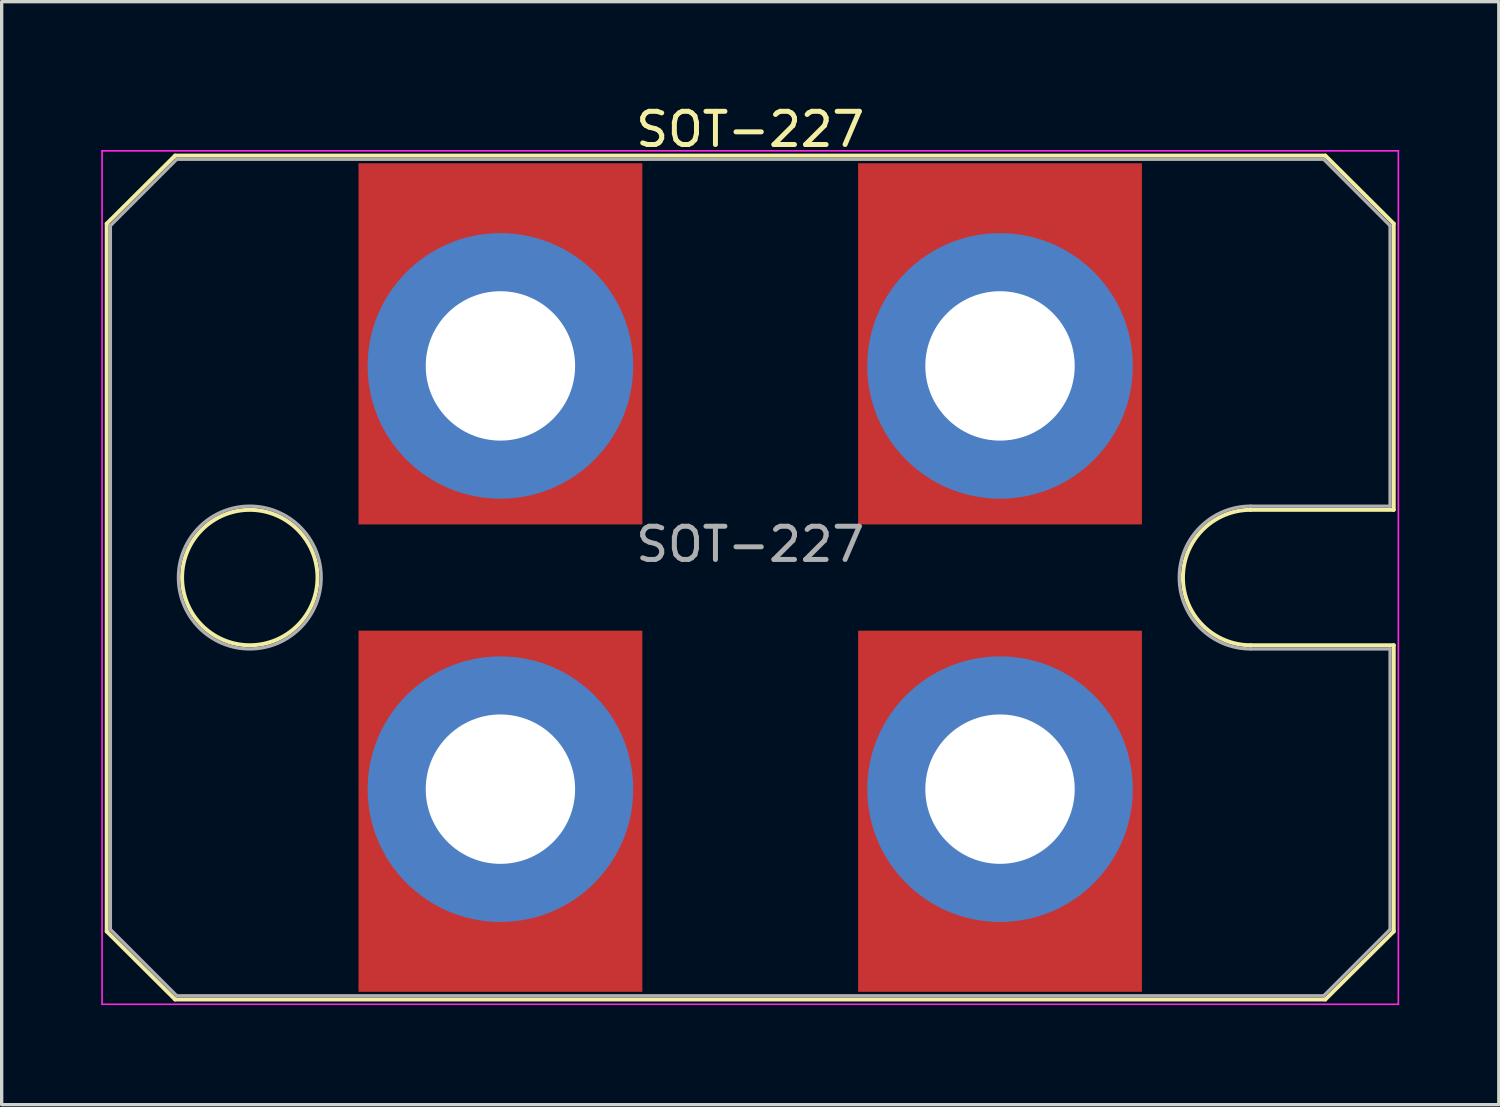
<source format=kicad_pcb>
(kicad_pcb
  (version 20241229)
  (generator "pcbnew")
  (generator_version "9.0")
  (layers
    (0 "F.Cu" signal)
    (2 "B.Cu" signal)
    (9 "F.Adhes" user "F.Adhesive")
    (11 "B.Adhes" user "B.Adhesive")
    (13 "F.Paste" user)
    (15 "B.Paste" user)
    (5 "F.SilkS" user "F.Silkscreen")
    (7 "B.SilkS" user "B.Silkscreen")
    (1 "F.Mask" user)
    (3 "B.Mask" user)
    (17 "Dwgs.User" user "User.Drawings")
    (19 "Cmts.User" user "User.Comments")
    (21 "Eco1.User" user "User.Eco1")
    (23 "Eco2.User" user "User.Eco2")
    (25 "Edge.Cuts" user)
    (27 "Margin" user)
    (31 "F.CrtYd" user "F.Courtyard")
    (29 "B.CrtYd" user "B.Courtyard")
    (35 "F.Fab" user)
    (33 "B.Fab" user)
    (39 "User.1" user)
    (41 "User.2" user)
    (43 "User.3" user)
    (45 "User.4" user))
  (footprint "SOT-227"
    (layer "F.Cu")
    (at 12.025 7.973)
    (property "Reference" "SOT-227" (at 7.525 -7.125 0) (layer "F.SilkS") (effects (font (size 1 1) (thickness 0.15))))
    (attr through_hole)
    (fp_line (start -11.86 -4.285) (end -11.86 17.035) (stroke (width 0.12) (type solid)) (layer "F.SilkS"))
    (fp_line (start -11.86 -4.285) (end -9.8 -6.335) (stroke (width 0.12) (type solid)) (layer "F.SilkS"))
    (fp_line (start -11.86 17.035) (end -9.8 19.085) (stroke (width 0.12) (type solid)) (layer "F.SilkS"))
    (fp_line (start -9.8 -6.335) (end 24.85 -6.335) (stroke (width 0.12) (type solid)) (layer "F.SilkS"))
    (fp_line (start -9.8 19.085) (end 24.85 19.085) (stroke (width 0.12) (type solid)) (layer "F.SilkS"))
    (fp_line (start 22.6 4.335) (end 26.91 4.335) (stroke (width 0.12) (type solid)) (layer "F.SilkS"))
    (fp_line (start 22.6 8.415) (end 26.91 8.415) (stroke (width 0.12) (type solid)) (layer "F.SilkS"))
    (fp_line (start 26.91 -4.285) (end 24.85 -6.335) (stroke (width 0.12) (type solid)) (layer "F.SilkS"))
    (fp_line (start 26.91 -4.285) (end 26.91 4.335) (stroke (width 0.12) (type solid)) (layer "F.SilkS"))
    (fp_line (start 26.91 17.035) (end 24.85 19.085) (stroke (width 0.12) (type solid)) (layer "F.SilkS"))
    (fp_line (start 26.91 17.035) (end 26.91 8.415) (stroke (width 0.12) (type solid)) (layer "F.SilkS"))
    (fp_arc (start 22.6 8.415) (mid 20.56 6.375) (end 22.6 4.335) (stroke (width 0.12) (type solid)) (layer "F.SilkS"))
    (fp_circle (center -7.55 6.375) (end -5.51 6.375) (stroke (width 0.12) (type solid)) (fill no) (layer "F.SilkS"))
    (fp_line (start -12 -6.48) (end -12 19.23) (stroke (width 0.05) (type solid)) (layer "F.CrtYd"))
    (fp_line (start -12 -6.48) (end 27.05 -6.48) (stroke (width 0.05) (type solid)) (layer "F.CrtYd"))
    (fp_line (start -12 19.23) (end 27.05 19.23) (stroke (width 0.05) (type solid)) (layer "F.CrtYd"))
    (fp_line (start 27.05 -6.48) (end 27.05 19.23) (stroke (width 0.05) (type solid)) (layer "F.CrtYd"))
    (fp_line (start -11.75 -4.225) (end -9.75 -6.225) (stroke (width 0.1) (type solid)) (layer "F.Fab"))
    (fp_line (start -11.75 16.975) (end -11.75 -4.225) (stroke (width 0.1) (type solid)) (layer "F.Fab"))
    (fp_line (start -11.75 16.975) (end -9.75 18.975) (stroke (width 0.1) (type solid)) (layer "F.Fab"))
    (fp_line (start -9.75 -6.225) (end 24.8 -6.225) (stroke (width 0.1) (type solid)) (layer "F.Fab"))
    (fp_line (start 22.6 4.225) (end 26.8 4.225) (stroke (width 0.1) (type solid)) (layer "F.Fab"))
    (fp_line (start 22.6 8.525) (end 26.8 8.525) (stroke (width 0.1) (type solid)) (layer "F.Fab"))
    (fp_line (start 24.8 18.975) (end -9.75 18.975) (stroke (width 0.1) (type solid)) (layer "F.Fab"))
    (fp_line (start 26.8 -4.225) (end 24.8 -6.225) (stroke (width 0.1) (type solid)) (layer "F.Fab"))
    (fp_line (start 26.8 -4.225) (end 26.8 4.225) (stroke (width 0.1) (type solid)) (layer "F.Fab"))
    (fp_line (start 26.8 8.525) (end 26.8 16.975) (stroke (width 0.1) (type solid)) (layer "F.Fab"))
    (fp_line (start 26.8 16.975) (end 24.8 18.975) (stroke (width 0.1) (type solid)) (layer "F.Fab"))
    (fp_arc (start 22.6 8.525) (mid 20.45 6.375) (end 22.6 4.225) (stroke (width 0.1) (type solid)) (layer "F.Fab"))
    (fp_circle (center -7.55 6.375) (end -5.4 6.375) (stroke (width 0.1) (type solid)) (fill no) (layer "F.Fab"))
    (fp_text user "${REFERENCE}" (at 7.525 5.375 0) (layer "F.Fab") (effects (font (size 1 1) (thickness 0.15))))
    (pad "1" smd rect (at 0 -0.665) (size 8.55 10.88) (layers "F.Cu" "F.Mask"))
    (pad "1" thru_hole circle (at 0 0) (size 8 8) (drill 4.5) (layers "*.Cu" "*.Mask"))
    (pad "2" smd rect (at 15.05 -0.665) (size 8.55 10.88) (layers "F.Cu" "F.Mask"))
    (pad "2" thru_hole circle (at 15.05 0) (size 8 8) (drill 4.5) (layers "*.Cu" "*.Mask"))
    (pad "3" thru_hole circle (at 15.05 12.75) (size 8 8) (drill 4.5) (layers "*.Cu" "*.Mask"))
    (pad "3" smd rect (at 15.05 13.415) (size 8.55 10.88) (layers "F.Cu" "F.Mask"))
    (pad "4" thru_hole circle (at 0 12.75) (size 8 8) (drill 4.5) (layers "*.Cu" "*.Mask"))
    (pad "4" smd rect (at 0 13.415) (size 8.55 10.88) (layers "F.Cu" "F.Mask")))
  (gr_rect
    (start -3 -3)
    (end 42.1 30.228)
    (stroke (width 0.1) (type default))
    (fill no)
    (layer "Edge.Cuts")))
</source>
